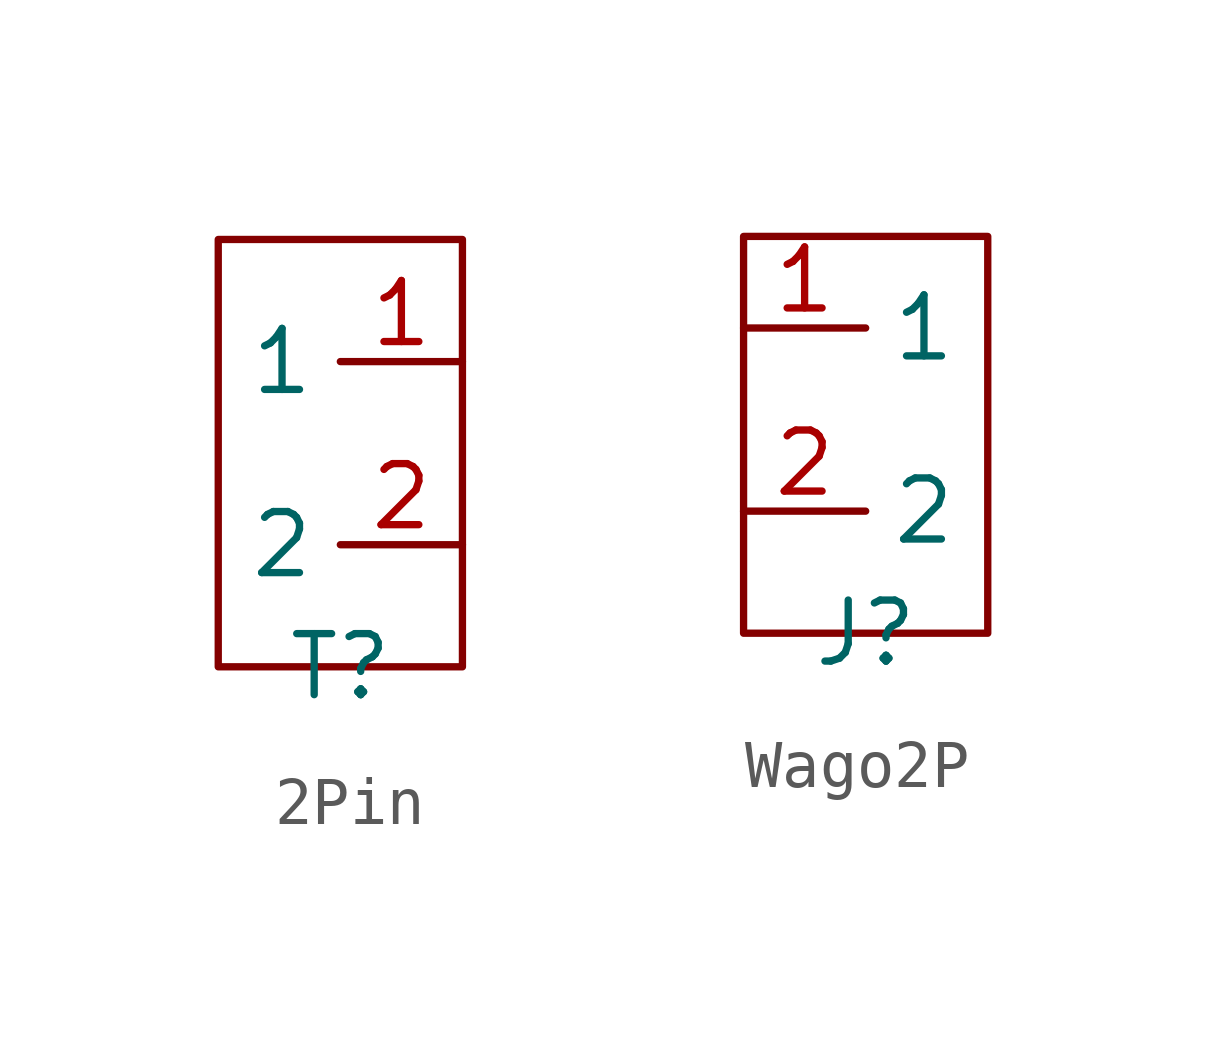
<source format=kicad_sym>
(kicad_symbol_lib
  (version 20241209)
  (generator "kicad_symbol_editor")
  (generator_version "9.0")
  (symbol "2Pin"
    (property "Reference" "T"
      (at 0 0 0)
      (effects (font (size 1.27 1.27))))
    (property "Value" ""
      (at 0 0 0)
      (effects (font (size 1.27 1.27))))
    (symbol "2Pin_0_1"
      (rectangle (start -2.54 8.89) (end 2.54 0) (stroke (width 0) (type default)) (fill (type none))))
    (symbol "2Pin_1_1"
      (pin bidirectional line (at 2.54 6.35 180) (length 2.54) (name "1" (effects (font (size 1.27 1.27)))) (number "1" (effects (font (size 1.27 1.27)))))
      (pin bidirectional line (at 2.54 2.54 180) (length 2.54) (name "2" (effects (font (size 1.27 1.27)))) (number "2" (effects (font (size 1.27 1.27)))))))
  (symbol "Wago2P"
    (property "Reference" "J"
      (at 0 0 0)
      (effects (font (size 1.27 1.27))))
    (property "Value" ""
      (at 0 0 0)
      (effects (font (size 1.27 1.27))))
    (symbol "Wago2P_0_1"
      (rectangle (start -2.54 8.255) (end 2.54 0) (stroke (width 0) (type default)) (fill (type none))))
    (symbol "Wago2P_1_1"
      (pin bidirectional line (at -2.54 6.35 0) (length 2.54) (name "1" (effects (font (size 1.27 1.27)))) (number "1" (effects (font (size 1.27 1.27)))))
      (pin bidirectional line (at -2.54 2.54 0) (length 2.54) (name "2" (effects (font (size 1.27 1.27)))) (number "2" (effects (font (size 1.27 1.27))))))))
</source>
